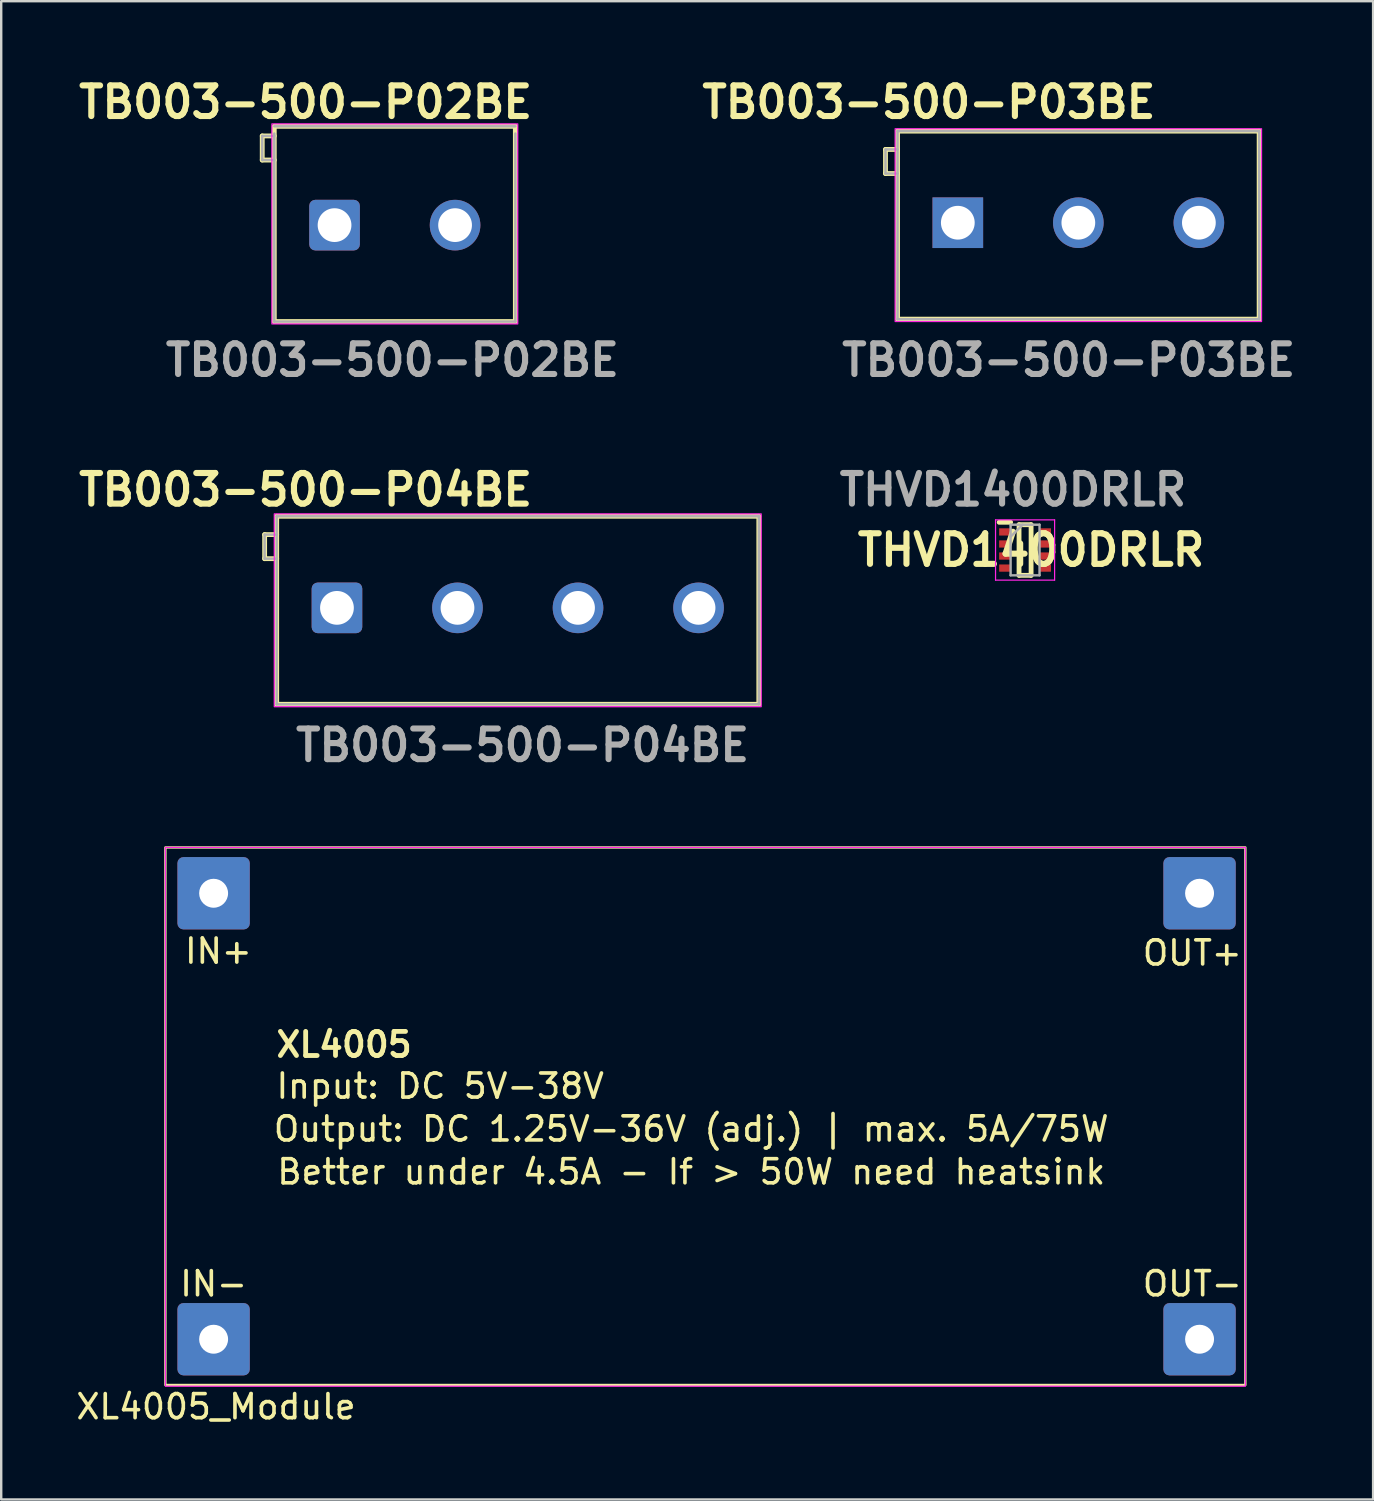
<source format=kicad_pcb>
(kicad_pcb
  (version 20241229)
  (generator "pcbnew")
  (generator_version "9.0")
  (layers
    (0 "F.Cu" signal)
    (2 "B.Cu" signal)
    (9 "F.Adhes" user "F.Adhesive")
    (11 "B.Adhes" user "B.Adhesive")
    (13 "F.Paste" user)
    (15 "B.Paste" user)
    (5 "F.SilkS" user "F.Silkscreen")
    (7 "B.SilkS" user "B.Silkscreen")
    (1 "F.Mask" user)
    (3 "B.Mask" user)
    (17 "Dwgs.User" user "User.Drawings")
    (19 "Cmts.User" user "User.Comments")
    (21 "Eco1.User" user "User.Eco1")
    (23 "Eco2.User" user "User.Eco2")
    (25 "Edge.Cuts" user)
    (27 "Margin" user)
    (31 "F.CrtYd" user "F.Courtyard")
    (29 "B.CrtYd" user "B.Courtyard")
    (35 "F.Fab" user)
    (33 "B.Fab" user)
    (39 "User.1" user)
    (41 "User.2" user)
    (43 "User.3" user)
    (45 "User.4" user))
  (footprint "XL4005_Module"
    (layer "F.Cu")
    (at 5.811 34.005)
    (property "Reference" "XL4005_Module" (at 0.1 21.3 0) (layer "F.SilkS") (effects (font (size 1 1) (thickness 0.15))))
    (attr through_hole)
    (fp_rect (start -2 -1.9) (end 42.8 20.4) (stroke (width 0.1) (type default)) (fill no) (layer "F.SilkS"))
    (fp_rect (start -2 -1.9) (end 42.8 20.45) (stroke (width 0.05) (type default)) (fill no) (layer "F.CrtYd"))
    (fp_text user "XL4005" (at 5.414 6.278 0) (layer "F.SilkS") (effects (font (size 1 1) (thickness 0.2) (bold yes))))
    (fp_text user "Better under 4.5A - If > 50W need heatsink" (at 19.814 11.556 0) (layer "F.SilkS") (effects (font (size 1 1) (thickness 0.15))))
    (fp_text user "IN-" (at 0 16.2 0) (layer "F.SilkS") (effects (font (size 1 1) (thickness 0.15))))
    (fp_text user "OUT-" (at 40.6 16.2 0) (layer "F.SilkS") (effects (font (size 1 1) (thickness 0.15))))
    (fp_text user "Input: DC 5V-38V" (at 9.4 8 0) (layer "F.SilkS") (effects (font (size 1 1) (thickness 0.15))))
    (fp_text user "IN+" (at 0.2 2.4 0) (layer "F.SilkS") (effects (font (size 1 1) (thickness 0.15))))
    (fp_text user "OUT+" (at 40.6 2.477 0) (layer "F.SilkS") (effects (font (size 1 1) (thickness 0.15))))
    (fp_text user "Output: DC 1.25V-36V (adj.) | max. 5A/75W" (at 19.814 9.778 0) (layer "F.SilkS") (effects (font (size 1 1) (thickness 0.15))))
    (pad "1" thru_hole roundrect (at 0 0) (size 3 3) (drill 1.2) (layers "*.Cu" "*.Mask") (roundrect_rratio 0.083))
    (pad "2" thru_hole roundrect (at 0 18.5) (size 3 3) (drill 1.2) (layers "*.Cu" "*.Mask") (roundrect_rratio 0.083))
    (pad "3" thru_hole roundrect (at 40.9 0) (size 3 3) (drill 1.2) (layers "*.Cu" "*.Mask") (roundrect_rratio 0.083))
    (pad "4" thru_hole roundrect (at 40.9 18.5) (size 3 3) (drill 1.2) (layers "*.Cu" "*.Mask") (roundrect_rratio 0.083)))
  (footprint "THVD1400DRLR"
    (layer "F.Cu")
    (at 39.473 19.766)
    (property "Reference" "THVD1400DRLR" (at 0.25 0 0) (layer "F.SilkS") (effects (font (size 1.27 1.27) (thickness 0.254))))
    (attr smd)
    (fp_line (start -1.075 -1.15) (end -0.6 -1.15) (stroke (width 0.2) (type solid)) (layer "F.SilkS"))
    (fp_line (start -0.25 -1.05) (end 0.25 -1.05) (stroke (width 0.2) (type solid)) (layer "F.SilkS"))
    (fp_line (start -0.25 1.05) (end -0.25 -1.05) (stroke (width 0.2) (type solid)) (layer "F.SilkS"))
    (fp_line (start 0.25 -1.05) (end 0.25 1.05) (stroke (width 0.2) (type solid)) (layer "F.SilkS"))
    (fp_line (start 0.25 1.05) (end -0.25 1.05) (stroke (width 0.2) (type solid)) (layer "F.SilkS"))
    (fp_line (start -1.225 -1.25) (end 1.225 -1.25) (stroke (width 0.05) (type solid)) (layer "F.CrtYd"))
    (fp_line (start -1.225 1.25) (end -1.225 -1.25) (stroke (width 0.05) (type solid)) (layer "F.CrtYd"))
    (fp_line (start 1.225 -1.25) (end 1.225 1.25) (stroke (width 0.05) (type solid)) (layer "F.CrtYd"))
    (fp_line (start 1.225 1.25) (end -1.225 1.25) (stroke (width 0.05) (type solid)) (layer "F.CrtYd"))
    (fp_line (start -0.6 -1.05) (end 0.6 -1.05) (stroke (width 0.1) (type solid)) (layer "F.Fab"))
    (fp_line (start -0.6 -0.55) (end -0.1 -1.05) (stroke (width 0.1) (type solid)) (layer "F.Fab"))
    (fp_line (start -0.6 1.05) (end -0.6 -1.05) (stroke (width 0.1) (type solid)) (layer "F.Fab"))
    (fp_line (start 0.6 -1.05) (end 0.6 1.05) (stroke (width 0.1) (type solid)) (layer "F.Fab"))
    (fp_line (start 0.6 1.05) (end -0.6 1.05) (stroke (width 0.1) (type solid)) (layer "F.Fab"))
    (fp_text user "${REFERENCE}" (at -0.5 -2.5 0) (layer "F.Fab") (effects (font (size 1.27 1.27) (thickness 0.254))))
    (pad "1" smd rect (at -0.838 -0.75 90) (size 0.3 0.475) (layers "F.Cu" "F.Mask" "F.Paste"))
    (pad "2" smd rect (at -0.838 -0.25 90) (size 0.3 0.475) (layers "F.Cu" "F.Mask" "F.Paste"))
    (pad "3" smd rect (at -0.838 0.25 90) (size 0.3 0.475) (layers "F.Cu" "F.Mask" "F.Paste"))
    (pad "4" smd rect (at -0.838 0.75 90) (size 0.3 0.475) (layers "F.Cu" "F.Mask" "F.Paste"))
    (pad "5" smd rect (at 0.838 0.75 90) (size 0.3 0.475) (layers "F.Cu" "F.Mask" "F.Paste"))
    (pad "6" smd rect (at 0.838 0.25 90) (size 0.3 0.475) (layers "F.Cu" "F.Mask" "F.Paste"))
    (pad "7" smd rect (at 0.838 -0.25 90) (size 0.3 0.475) (layers "F.Cu" "F.Mask" "F.Paste"))
    (pad "8" smd rect (at 0.838 -0.75 90) (size 0.3 0.475) (layers "F.Cu" "F.Mask" "F.Paste")))
  (footprint "TB003-500-P02BE"
    (layer "F.Cu")
    (at 10.828 6.289)
    (property "Reference" "TB003-500-P02BE" (at -1.2 -5.1 0) (layer "F.SilkS") (effects (font (size 1.27 1.27) (thickness 0.254))))
    (attr through_hole)
    (fp_line (start -3 -3.7) (end -3 -2.7) (stroke (width 0.2) (type solid)) (layer "F.SilkS"))
    (fp_line (start -3 -2.7) (end -2.5 -2.7) (stroke (width 0.2) (type solid)) (layer "F.SilkS"))
    (fp_line (start -2.5 -4.1) (end 7.5 -4.1) (stroke (width 0.2) (type solid)) (layer "F.SilkS"))
    (fp_line (start -2.5 -3.7) (end -3 -3.7) (stroke (width 0.2) (type solid)) (layer "F.SilkS"))
    (fp_line (start -2.5 4) (end -2.5 -4.1) (stroke (width 0.2) (type solid)) (layer "F.SilkS"))
    (fp_line (start 7.5 -4.1) (end 7.5 4) (stroke (width 0.2) (type solid)) (layer "F.SilkS"))
    (fp_line (start 7.5 4) (end -2.5 4) (stroke (width 0.2) (type solid)) (layer "F.SilkS"))
    (fp_rect (start -2.6 -4.2) (end 7.6 4.1) (stroke (width 0.05) (type default)) (fill no) (layer "F.CrtYd"))
    (fp_line (start -3 -3.7) (end -3 -2.7) (stroke (width 0.1) (type solid)) (layer "F.Fab"))
    (fp_line (start -3 -2.7) (end -2.5 -2.7) (stroke (width 0.1) (type solid)) (layer "F.Fab"))
    (fp_line (start -2.5 -4.1) (end 7.5 -4.1) (stroke (width 0.1) (type solid)) (layer "F.Fab"))
    (fp_line (start -2.5 -3.7) (end -3 -3.7) (stroke (width 0.1) (type solid)) (layer "F.Fab"))
    (fp_line (start -2.5 4) (end -2.5 -3.8) (stroke (width 0.1) (type solid)) (layer "F.Fab"))
    (fp_line (start 7.5 -3.8) (end 7.5 4) (stroke (width 0.1) (type solid)) (layer "F.Fab"))
    (fp_line (start 7.5 4) (end -2.5 4) (stroke (width 0.1) (type solid)) (layer "F.Fab"))
    (fp_text user "${REFERENCE}" (at 2.4 5.6 0) (layer "F.Fab") (effects (font (size 1.27 1.27) (thickness 0.254))))
    (pad "1" thru_hole roundrect (at 0 0) (size 2.1 2.1) (drill 1.4) (layers "*.Cu" "*.Mask") (roundrect_rratio 0.119))
    (pad "2" thru_hole circle (at 5 0) (size 2.1 2.1) (drill 1.4) (layers "*.Cu" "*.Mask")))
  (footprint "TB003-500-P03BE"
    (layer "F.Cu")
    (at 36.683 6.189)
    (property "Reference" "TB003-500-P03BE" (at -1.2 -5 0) (layer "F.SilkS") (effects (font (size 1.27 1.27) (thickness 0.254))))
    (attr through_hole)
    (fp_line (start -3 -3.04) (end -3 -2.04) (stroke (width 0.2) (type solid)) (layer "F.SilkS"))
    (fp_line (start -3 -2.04) (end -2.5 -2.04) (stroke (width 0.2) (type solid)) (layer "F.SilkS"))
    (fp_line (start -2.5 -3.8) (end 12.5 -3.8) (stroke (width 0.2) (type solid)) (layer "F.SilkS"))
    (fp_line (start -2.5 -3.04) (end -3 -3.04) (stroke (width 0.2) (type solid)) (layer "F.SilkS"))
    (fp_line (start -2.5 4) (end -2.5 -3.8) (stroke (width 0.2) (type solid)) (layer "F.SilkS"))
    (fp_line (start 12.5 -3.8) (end 12.5 4) (stroke (width 0.2) (type solid)) (layer "F.SilkS"))
    (fp_line (start 12.5 4) (end -2.5 4) (stroke (width 0.2) (type solid)) (layer "F.SilkS"))
    (fp_rect (start -2.6 -3.9) (end 12.6 4.1) (stroke (width 0.05) (type default)) (fill no) (layer "F.CrtYd"))
    (fp_line (start -3 -3.04) (end -3 -2.04) (stroke (width 0.1) (type solid)) (layer "F.Fab"))
    (fp_line (start -3 -2.04) (end -2.5 -2.04) (stroke (width 0.1) (type solid)) (layer "F.Fab"))
    (fp_line (start -2.5 -3.8) (end 12.5 -3.8) (stroke (width 0.1) (type solid)) (layer "F.Fab"))
    (fp_line (start -2.5 -3.04) (end -3 -3.04) (stroke (width 0.1) (type solid)) (layer "F.Fab"))
    (fp_line (start -2.5 4) (end -2.5 -3.8) (stroke (width 0.1) (type solid)) (layer "F.Fab"))
    (fp_line (start 12.5 -3.8) (end 12.5 4) (stroke (width 0.1) (type solid)) (layer "F.Fab"))
    (fp_line (start 12.5 4) (end -2.5 4) (stroke (width 0.1) (type solid)) (layer "F.Fab"))
    (fp_text user "${REFERENCE}" (at 4.6 5.7 0) (layer "F.Fab") (effects (font (size 1.27 1.27) (thickness 0.254))))
    (pad "1" thru_hole rect (at 0 0) (size 2.1 2.1) (drill 1.4) (layers "*.Cu" "*.Mask"))
    (pad "2" thru_hole circle (at 5 0) (size 2.1 2.1) (drill 1.4) (layers "*.Cu" "*.Mask"))
    (pad "3" thru_hole circle (at 10 0) (size 2.1 2.1) (drill 1.4) (layers "*.Cu" "*.Mask")))
  (footprint "TB003-500-P04BE"
    (layer "F.Cu")
    (at 10.928 22.166)
    (property "Reference" "TB003-500-P04BE" (at -1.3 -4.9 0) (layer "F.SilkS") (effects (font (size 1.27 1.27) (thickness 0.254))))
    (attr through_hole)
    (fp_line (start -3 -3.04) (end -3 -2.04) (stroke (width 0.2) (type solid)) (layer "F.SilkS"))
    (fp_line (start -3 -2.04) (end -2.5 -2.04) (stroke (width 0.2) (type solid)) (layer "F.SilkS"))
    (fp_line (start -2.5 -3.8) (end 17.5 -3.8) (stroke (width 0.2) (type solid)) (layer "F.SilkS"))
    (fp_line (start -2.5 -3.04) (end -3 -3.04) (stroke (width 0.2) (type solid)) (layer "F.SilkS"))
    (fp_line (start -2.5 4) (end -2.5 -3.8) (stroke (width 0.2) (type solid)) (layer "F.SilkS"))
    (fp_line (start 17.5 -3.8) (end 17.5 4) (stroke (width 0.2) (type solid)) (layer "F.SilkS"))
    (fp_line (start 17.5 4) (end -2.5 4) (stroke (width 0.2) (type solid)) (layer "F.SilkS"))
    (fp_rect (start -2.6 -3.9) (end 17.6 4.1) (stroke (width 0.05) (type default)) (fill no) (layer "F.CrtYd"))
    (fp_line (start -3 -3.04) (end -3 -2.04) (stroke (width 0.1) (type solid)) (layer "F.Fab"))
    (fp_line (start -3 -2.04) (end -2.5 -2.04) (stroke (width 0.1) (type solid)) (layer "F.Fab"))
    (fp_line (start -2.5 -3.8) (end 17.5 -3.8) (stroke (width 0.1) (type solid)) (layer "F.Fab"))
    (fp_line (start -2.5 -3.04) (end -3 -3.04) (stroke (width 0.1) (type solid)) (layer "F.Fab"))
    (fp_line (start -2.5 4) (end -2.5 -3.8) (stroke (width 0.1) (type solid)) (layer "F.Fab"))
    (fp_line (start 17.5 -3.8) (end 17.5 4) (stroke (width 0.1) (type solid)) (layer "F.Fab"))
    (fp_line (start 17.5 4) (end -2.5 4) (stroke (width 0.1) (type solid)) (layer "F.Fab"))
    (fp_text user "${REFERENCE}" (at 7.7 5.7 0) (layer "F.Fab") (effects (font (size 1.27 1.27) (thickness 0.254))))
    (pad "1" thru_hole roundrect (at 0 0) (size 2.1 2.1) (drill 1.4) (layers "*.Cu" "*.Mask") (roundrect_rratio 0.119))
    (pad "2" thru_hole circle (at 5 0) (size 2.1 2.1) (drill 1.4) (layers "*.Cu" "*.Mask"))
    (pad "3" thru_hole circle (at 10 0) (size 2.1 2.1) (drill 1.4) (layers "*.Cu" "*.Mask"))
    (pad "4" thru_hole circle (at 15 0) (size 2.1 2.1) (drill 1.4) (layers "*.Cu" "*.Mask")))
  (gr_rect
    (start -3 -3)
    (end 53.911 59.153)
    (stroke (width 0.1) (type default))
    (fill no)
    (layer "Edge.Cuts")))
</source>
